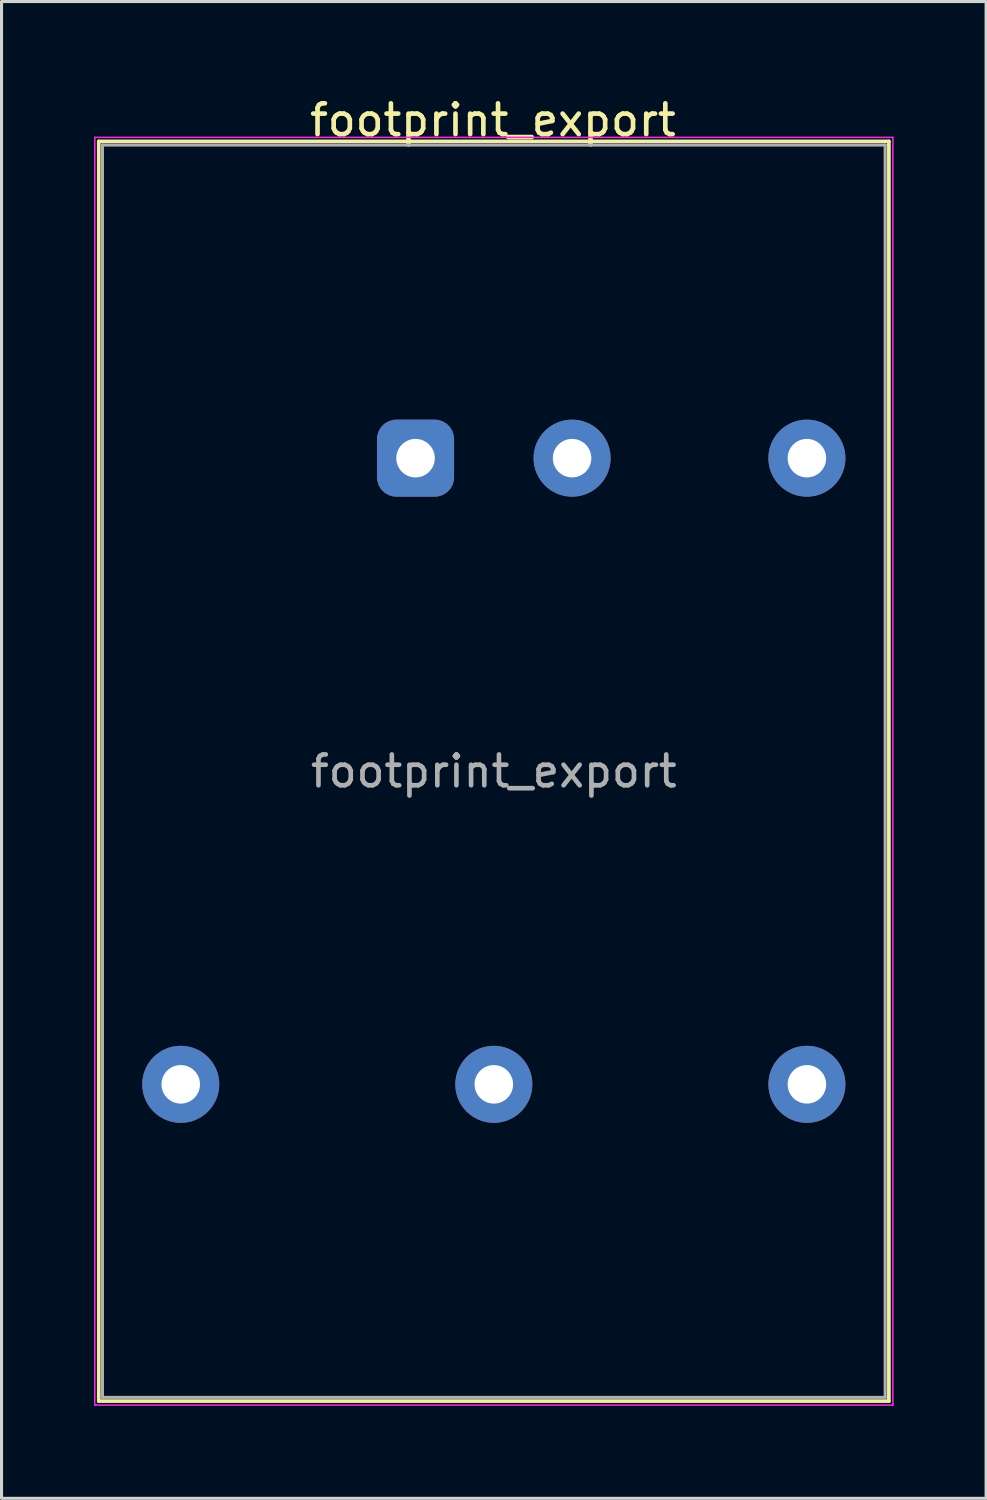
<source format=kicad_pcb>
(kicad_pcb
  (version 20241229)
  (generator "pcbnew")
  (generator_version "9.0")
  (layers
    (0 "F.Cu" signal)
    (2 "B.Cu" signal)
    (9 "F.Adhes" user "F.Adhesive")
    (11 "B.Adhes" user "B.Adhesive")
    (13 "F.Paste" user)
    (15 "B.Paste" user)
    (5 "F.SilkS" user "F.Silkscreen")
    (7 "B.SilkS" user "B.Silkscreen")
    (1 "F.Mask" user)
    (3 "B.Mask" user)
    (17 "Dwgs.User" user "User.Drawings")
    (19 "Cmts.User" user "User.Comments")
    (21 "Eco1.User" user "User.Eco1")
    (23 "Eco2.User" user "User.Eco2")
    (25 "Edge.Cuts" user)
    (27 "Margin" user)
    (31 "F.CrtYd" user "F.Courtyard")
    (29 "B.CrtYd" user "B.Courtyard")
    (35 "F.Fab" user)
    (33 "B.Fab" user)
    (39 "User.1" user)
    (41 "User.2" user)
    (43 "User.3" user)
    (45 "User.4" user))
  (footprint "footprint_export"
    (layer "F.Cu")
    (at 10.435 11.818)
    (property "Reference" "footprint_export" (at 2.51 -10.97 180) (layer "F.SilkS") (effects (font (size 1 1) (thickness 0.15))))
    (attr through_hole)
    (fp_line (start -10.28 -10.28) (end -10.28 30.6) (stroke (width 0.12) (type solid)) (layer "F.SilkS"))
    (fp_line (start -10.28 30.6) (end 15.36 30.6) (stroke (width 0.12) (type solid)) (layer "F.SilkS"))
    (fp_line (start 15.36 -10.28) (end -10.28 -10.28) (stroke (width 0.12) (type solid)) (layer "F.SilkS"))
    (fp_line (start 15.36 30.6) (end 15.36 -10.28) (stroke (width 0.12) (type solid)) (layer "F.SilkS"))
    (fp_line (start -10.41 -10.41) (end 15.49 -10.41) (stroke (width 0.05) (type solid)) (layer "F.CrtYd"))
    (fp_line (start -10.41 30.73) (end -10.41 -10.41) (stroke (width 0.05) (type solid)) (layer "F.CrtYd"))
    (fp_line (start -10.41 30.73) (end 15.49 30.73) (stroke (width 0.05) (type solid)) (layer "F.CrtYd"))
    (fp_line (start 15.49 30.73) (end 15.49 -10.41) (stroke (width 0.05) (type solid)) (layer "F.CrtYd"))
    (fp_line (start -10.16 -10.16) (end 15.24 -10.16) (stroke (width 0.1) (type solid)) (layer "F.Fab"))
    (fp_line (start -10.16 30.48) (end -10.16 -10.16) (stroke (width 0.1) (type solid)) (layer "F.Fab"))
    (fp_line (start -10.16 30.48) (end 15.24 30.48) (stroke (width 0.1) (type solid)) (layer "F.Fab"))
    (fp_line (start 15.24 30.48) (end 15.24 -10.16) (stroke (width 0.1) (type solid)) (layer "F.Fab"))
    (fp_text user "${REFERENCE}" (at 2.54 10.16 0) (layer "F.Fab") (effects (font (size 1 1) (thickness 0.15))))
    (pad "1" thru_hole roundrect (at 0 0) (size 2.5 2.5) (drill 1.25) (layers "*.Cu" "*.Mask") (roundrect_rratio 0.25))
    (pad "2" thru_hole circle (at 5.08 0) (size 2.5 2.5) (drill 1.25) (layers "*.Cu" "*.Mask"))
    (pad "3" thru_hole circle (at -7.62 20.32) (size 2.5 2.5) (drill 1.25) (layers "*.Cu" "*.Mask"))
    (pad "4" thru_hole circle (at 2.54 20.32) (size 2.5 2.5) (drill 1.25) (layers "*.Cu" "*.Mask"))
    (pad "5" thru_hole circle (at 12.7 20.32) (size 2.5 2.5) (drill 1.25) (layers "*.Cu" "*.Mask"))
    (pad "6" thru_hole circle (at 12.7 0) (size 2.5 2.5) (drill 1.25) (layers "*.Cu" "*.Mask")))
  (gr_rect
    (start -3 -3)
    (end 28.95 45.573)
    (stroke (width 0.1) (type default))
    (fill no)
    (layer "Edge.Cuts")))
</source>
